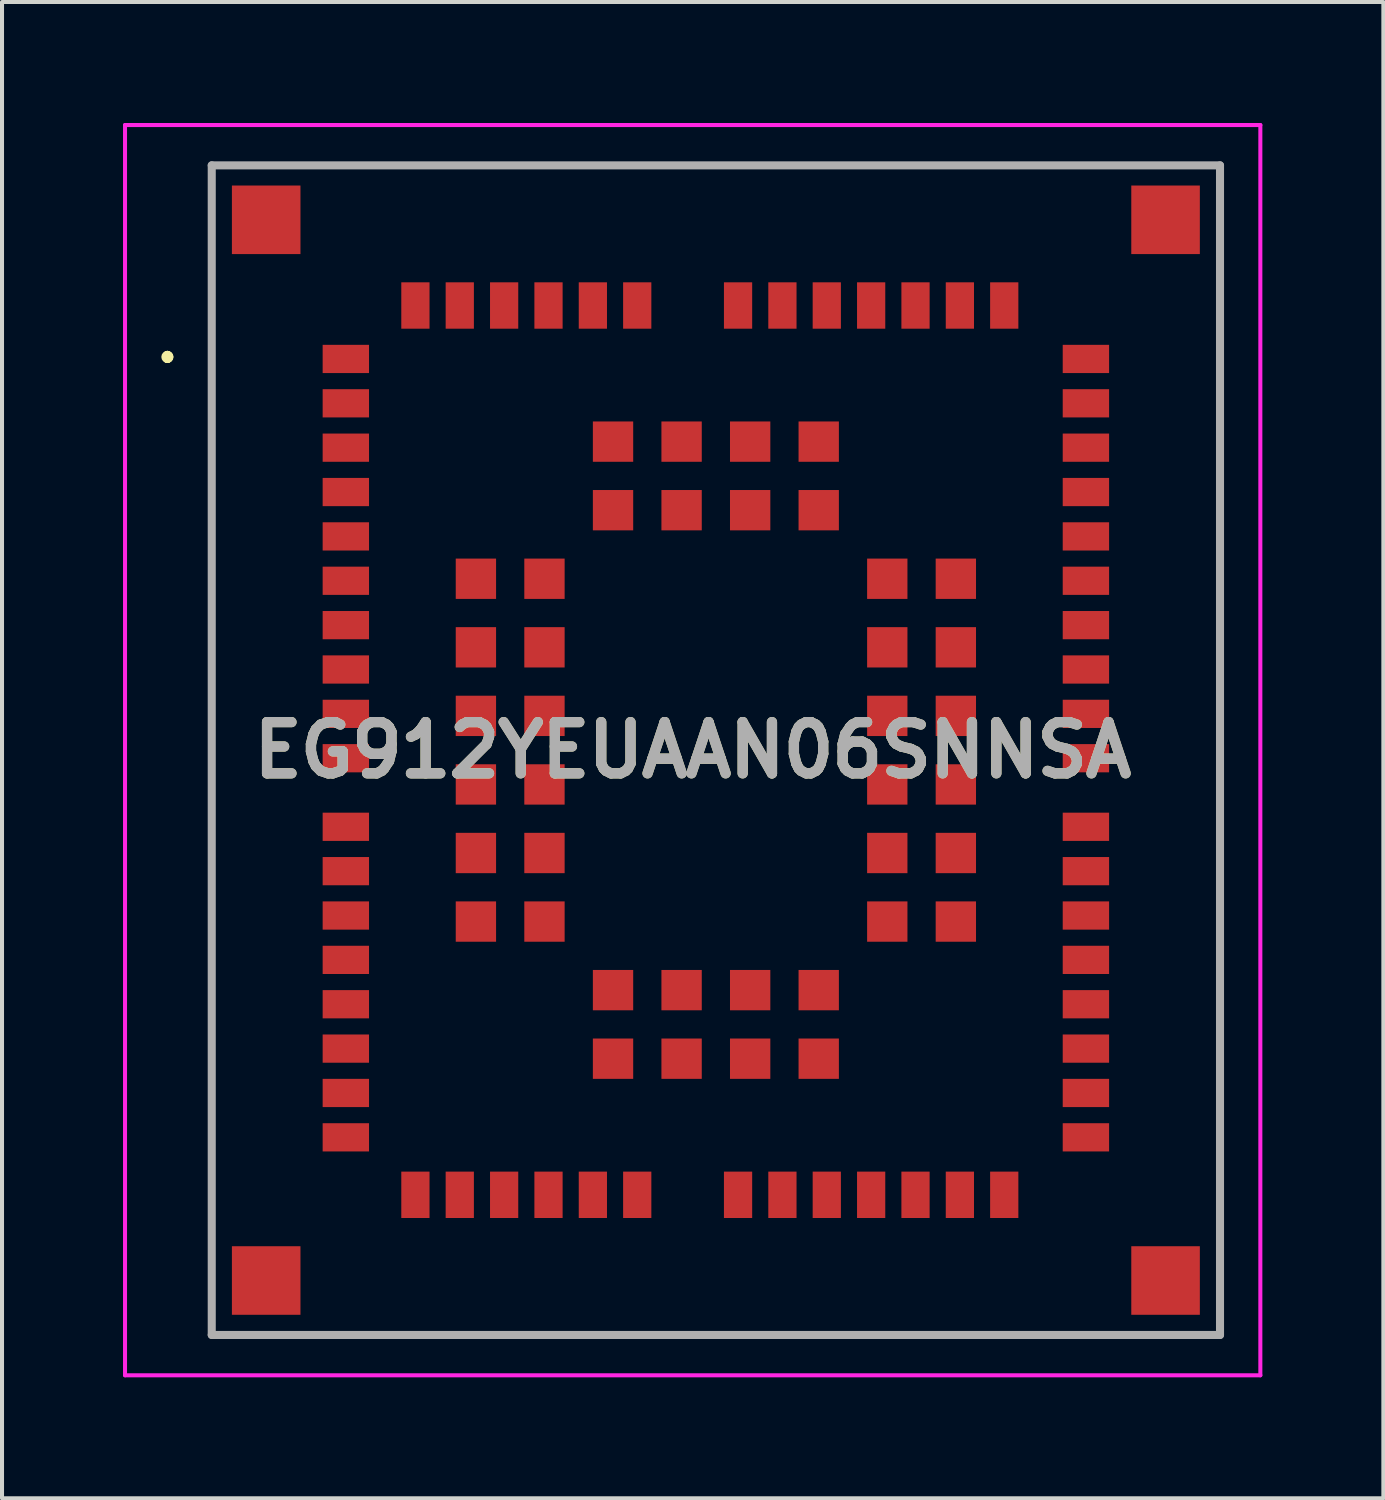
<source format=kicad_pcb>
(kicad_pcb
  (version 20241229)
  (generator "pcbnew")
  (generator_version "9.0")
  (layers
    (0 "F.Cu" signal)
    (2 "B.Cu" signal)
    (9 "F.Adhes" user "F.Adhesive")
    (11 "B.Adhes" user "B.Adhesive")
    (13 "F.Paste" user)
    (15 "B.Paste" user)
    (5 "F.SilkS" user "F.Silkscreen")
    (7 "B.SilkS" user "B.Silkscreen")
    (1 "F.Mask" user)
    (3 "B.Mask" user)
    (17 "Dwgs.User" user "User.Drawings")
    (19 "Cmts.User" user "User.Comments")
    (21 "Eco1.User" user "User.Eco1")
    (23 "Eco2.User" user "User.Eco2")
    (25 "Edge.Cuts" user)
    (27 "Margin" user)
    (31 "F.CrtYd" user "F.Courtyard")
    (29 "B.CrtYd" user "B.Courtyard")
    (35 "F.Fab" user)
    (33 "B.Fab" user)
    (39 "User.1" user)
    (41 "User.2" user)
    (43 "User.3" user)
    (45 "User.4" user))
  (footprint "EG912YEUAAN06SNNSA"
    (layer "F.Cu")
    (at 14.7 15.55)
    (property "Reference" "EG912YEUAAN06SNNSA" (at -0.575 0 0) (layer "F.SilkS") (effects (font (size 1.27 1.27) (thickness 0.254))))
    (attr smd)
    (fp_line (start -13.6 -9.8) (end -13.6 -9.8) (stroke (width 0.2) (type solid)) (layer "F.SilkS"))
    (fp_line (start -13.6 -9.7) (end -13.6 -9.7) (stroke (width 0.2) (type solid)) (layer "F.SilkS"))
    (fp_line (start -13.6 -9.7) (end -13.6 -9.7) (stroke (width 0.2) (type solid)) (layer "F.SilkS"))
    (fp_line (start -12.5 -14.5) (end -12.5 14.5) (stroke (width 0.1) (type solid)) (layer "F.SilkS"))
    (fp_line (start -12.5 14.5) (end 12.5 14.5) (stroke (width 0.1) (type solid)) (layer "F.SilkS"))
    (fp_line (start 12.5 -14.5) (end -12.5 -14.5) (stroke (width 0.1) (type solid)) (layer "F.SilkS"))
    (fp_line (start 12.5 14.5) (end 12.5 -14.5) (stroke (width 0.1) (type solid)) (layer "F.SilkS"))
    (fp_arc (start -13.6 -9.8) (mid -13.55 -9.75) (end -13.6 -9.7) (stroke (width 0.2) (type solid)) (layer "F.SilkS"))
    (fp_arc (start -13.6 -9.8) (mid -13.55 -9.75) (end -13.6 -9.7) (stroke (width 0.2) (type solid)) (layer "F.SilkS"))
    (fp_arc (start -13.6 -9.7) (mid -13.65 -9.75) (end -13.6 -9.8) (stroke (width 0.2) (type solid)) (layer "F.SilkS"))
    (fp_line (start -14.65 -15.5) (end 13.5 -15.5) (stroke (width 0.1) (type solid)) (layer "F.CrtYd"))
    (fp_line (start -14.65 15.5) (end -14.65 -15.5) (stroke (width 0.1) (type solid)) (layer "F.CrtYd"))
    (fp_line (start 13.5 -15.5) (end 13.5 15.5) (stroke (width 0.1) (type solid)) (layer "F.CrtYd"))
    (fp_line (start 13.5 15.5) (end -14.65 15.5) (stroke (width 0.1) (type solid)) (layer "F.CrtYd"))
    (fp_line (start -12.5 -14.5) (end 12.5 -14.5) (stroke (width 0.2) (type solid)) (layer "F.Fab"))
    (fp_line (start -12.5 14.5) (end -12.5 -14.5) (stroke (width 0.2) (type solid)) (layer "F.Fab"))
    (fp_line (start 12.5 -14.5) (end 12.5 14.5) (stroke (width 0.2) (type solid)) (layer "F.Fab"))
    (fp_line (start 12.5 14.5) (end -12.5 14.5) (stroke (width 0.2) (type solid)) (layer "F.Fab"))
    (fp_text user "${REFERENCE}" (at -0.575 0 0) (layer "F.Fab") (effects (font (size 1.27 1.27) (thickness 0.254))))
    (pad "1" smd rect (at -9.175 -9.7 90) (size 0.7 1.15) (layers "F.Cu" "F.Mask" "F.Paste"))
    (pad "2" smd rect (at -9.175 -8.6 90) (size 0.7 1.15) (layers "F.Cu" "F.Mask" "F.Paste"))
    (pad "3" smd rect (at -9.175 -7.5 90) (size 0.7 1.15) (layers "F.Cu" "F.Mask" "F.Paste"))
    (pad "4" smd rect (at -9.175 -6.4 90) (size 0.7 1.15) (layers "F.Cu" "F.Mask" "F.Paste"))
    (pad "5" smd rect (at -9.175 -5.3 90) (size 0.7 1.15) (layers "F.Cu" "F.Mask" "F.Paste"))
    (pad "6" smd rect (at -9.175 -4.2 90) (size 0.7 1.15) (layers "F.Cu" "F.Mask" "F.Paste"))
    (pad "7" smd rect (at -9.175 -3.1 90) (size 0.7 1.15) (layers "F.Cu" "F.Mask" "F.Paste"))
    (pad "8" smd rect (at -9.175 -2 90) (size 0.7 1.15) (layers "F.Cu" "F.Mask" "F.Paste"))
    (pad "9" smd rect (at -9.175 -0.9 90) (size 0.7 1.15) (layers "F.Cu" "F.Mask" "F.Paste"))
    (pad "10" smd rect (at -9.175 0.2 90) (size 0.7 1.15) (layers "F.Cu" "F.Mask" "F.Paste"))
    (pad "11" smd rect (at -9.175 1.9 90) (size 0.7 1.15) (layers "F.Cu" "F.Mask" "F.Paste"))
    (pad "12" smd rect (at -9.175 3 90) (size 0.7 1.15) (layers "F.Cu" "F.Mask" "F.Paste"))
    (pad "13" smd rect (at -9.175 4.1 90) (size 0.7 1.15) (layers "F.Cu" "F.Mask" "F.Paste"))
    (pad "14" smd rect (at -9.175 5.2 90) (size 0.7 1.15) (layers "F.Cu" "F.Mask" "F.Paste"))
    (pad "15" smd rect (at -9.175 6.3 90) (size 0.7 1.15) (layers "F.Cu" "F.Mask" "F.Paste"))
    (pad "16" smd rect (at -9.175 7.4 90) (size 0.7 1.15) (layers "F.Cu" "F.Mask" "F.Paste"))
    (pad "17" smd rect (at -9.175 8.5 90) (size 0.7 1.15) (layers "F.Cu" "F.Mask" "F.Paste"))
    (pad "18" smd rect (at -9.175 9.6 90) (size 0.7 1.15) (layers "F.Cu" "F.Mask" "F.Paste"))
    (pad "19" smd rect (at -7.45 11.025) (size 0.7 1.15) (layers "F.Cu" "F.Mask" "F.Paste"))
    (pad "20" smd rect (at -6.35 11.025) (size 0.7 1.15) (layers "F.Cu" "F.Mask" "F.Paste"))
    (pad "21" smd rect (at -5.25 11.025) (size 0.7 1.15) (layers "F.Cu" "F.Mask" "F.Paste"))
    (pad "22" smd rect (at -4.15 11.025) (size 0.7 1.15) (layers "F.Cu" "F.Mask" "F.Paste"))
    (pad "23" smd rect (at -3.05 11.025) (size 0.7 1.15) (layers "F.Cu" "F.Mask" "F.Paste"))
    (pad "24" smd rect (at -1.95 11.025) (size 0.7 1.15) (layers "F.Cu" "F.Mask" "F.Paste"))
    (pad "25" smd rect (at 0.55 11.025) (size 0.7 1.15) (layers "F.Cu" "F.Mask" "F.Paste"))
    (pad "26" smd rect (at 1.65 11.025) (size 0.7 1.15) (layers "F.Cu" "F.Mask" "F.Paste"))
    (pad "27" smd rect (at 2.75 11.025) (size 0.7 1.15) (layers "F.Cu" "F.Mask" "F.Paste"))
    (pad "28" smd rect (at 3.85 11.025) (size 0.7 1.15) (layers "F.Cu" "F.Mask" "F.Paste"))
    (pad "29" smd rect (at 4.95 11.025) (size 0.7 1.15) (layers "F.Cu" "F.Mask" "F.Paste"))
    (pad "30" smd rect (at 6.05 11.025) (size 0.7 1.15) (layers "F.Cu" "F.Mask" "F.Paste"))
    (pad "31" smd rect (at 7.15 11.025) (size 0.7 1.15) (layers "F.Cu" "F.Mask" "F.Paste"))
    (pad "32" smd rect (at 9.175 9.6 90) (size 0.7 1.15) (layers "F.Cu" "F.Mask" "F.Paste"))
    (pad "33" smd rect (at 9.175 8.5 90) (size 0.7 1.15) (layers "F.Cu" "F.Mask" "F.Paste"))
    (pad "34" smd rect (at 9.175 7.4 90) (size 0.7 1.15) (layers "F.Cu" "F.Mask" "F.Paste"))
    (pad "35" smd rect (at 9.175 6.3 90) (size 0.7 1.15) (layers "F.Cu" "F.Mask" "F.Paste"))
    (pad "36" smd rect (at 9.175 5.2 90) (size 0.7 1.15) (layers "F.Cu" "F.Mask" "F.Paste"))
    (pad "37" smd rect (at 9.175 4.1 90) (size 0.7 1.15) (layers "F.Cu" "F.Mask" "F.Paste"))
    (pad "38" smd rect (at 9.175 3 90) (size 0.7 1.15) (layers "F.Cu" "F.Mask" "F.Paste"))
    (pad "39" smd rect (at 9.175 1.9 90) (size 0.7 1.15) (layers "F.Cu" "F.Mask" "F.Paste"))
    (pad "40" smd rect (at 9.175 0.2 90) (size 0.7 1.15) (layers "F.Cu" "F.Mask" "F.Paste"))
    (pad "41" smd rect (at 9.175 -0.9 90) (size 0.7 1.15) (layers "F.Cu" "F.Mask" "F.Paste"))
    (pad "42" smd rect (at 9.175 -2 90) (size 0.7 1.15) (layers "F.Cu" "F.Mask" "F.Paste"))
    (pad "43" smd rect (at 9.175 -3.1 90) (size 0.7 1.15) (layers "F.Cu" "F.Mask" "F.Paste"))
    (pad "44" smd rect (at 9.175 -4.2 90) (size 0.7 1.15) (layers "F.Cu" "F.Mask" "F.Paste"))
    (pad "45" smd rect (at 9.175 -5.3 90) (size 0.7 1.15) (layers "F.Cu" "F.Mask" "F.Paste"))
    (pad "46" smd rect (at 9.175 -6.4 90) (size 0.7 1.15) (layers "F.Cu" "F.Mask" "F.Paste"))
    (pad "47" smd rect (at 9.175 -7.5 90) (size 0.7 1.15) (layers "F.Cu" "F.Mask" "F.Paste"))
    (pad "48" smd rect (at 9.175 -8.6 90) (size 0.7 1.15) (layers "F.Cu" "F.Mask" "F.Paste"))
    (pad "49" smd rect (at 9.175 -9.7 90) (size 0.7 1.15) (layers "F.Cu" "F.Mask" "F.Paste"))
    (pad "50" smd rect (at 7.15 -11.025) (size 0.7 1.15) (layers "F.Cu" "F.Mask" "F.Paste"))
    (pad "51" smd rect (at 6.05 -11.025) (size 0.7 1.15) (layers "F.Cu" "F.Mask" "F.Paste"))
    (pad "52" smd rect (at 4.95 -11.025) (size 0.7 1.15) (layers "F.Cu" "F.Mask" "F.Paste"))
    (pad "53" smd rect (at 3.85 -11.025) (size 0.7 1.15) (layers "F.Cu" "F.Mask" "F.Paste"))
    (pad "54" smd rect (at 2.75 -11.025) (size 0.7 1.15) (layers "F.Cu" "F.Mask" "F.Paste"))
    (pad "55" smd rect (at 1.65 -11.025) (size 0.7 1.15) (layers "F.Cu" "F.Mask" "F.Paste"))
    (pad "56" smd rect (at 0.55 -11.025) (size 0.7 1.15) (layers "F.Cu" "F.Mask" "F.Paste"))
    (pad "57" smd rect (at -1.95 -11.025) (size 0.7 1.15) (layers "F.Cu" "F.Mask" "F.Paste"))
    (pad "58" smd rect (at -3.05 -11.025) (size 0.7 1.15) (layers "F.Cu" "F.Mask" "F.Paste"))
    (pad "59" smd rect (at -4.15 -11.025) (size 0.7 1.15) (layers "F.Cu" "F.Mask" "F.Paste"))
    (pad "60" smd rect (at -5.25 -11.025) (size 0.7 1.15) (layers "F.Cu" "F.Mask" "F.Paste"))
    (pad "61" smd rect (at -6.35 -11.025) (size 0.7 1.15) (layers "F.Cu" "F.Mask" "F.Paste"))
    (pad "62" smd rect (at -7.45 -11.025) (size 0.7 1.15) (layers "F.Cu" "F.Mask" "F.Paste"))
    (pad "63" smd rect (at -5.95 -4.25 90) (size 1 1) (layers "F.Cu" "F.Mask" "F.Paste"))
    (pad "64" smd rect (at -5.95 -2.55 90) (size 1 1) (layers "F.Cu" "F.Mask" "F.Paste"))
    (pad "65" smd rect (at -5.95 -0.85 90) (size 1 1) (layers "F.Cu" "F.Mask" "F.Paste"))
    (pad "66" smd rect (at -5.95 0.85 90) (size 1 1) (layers "F.Cu" "F.Mask" "F.Paste"))
    (pad "67" smd rect (at -5.95 2.55 90) (size 1 1) (layers "F.Cu" "F.Mask" "F.Paste"))
    (pad "68" smd rect (at -5.95 4.25 90) (size 1 1) (layers "F.Cu" "F.Mask" "F.Paste"))
    (pad "69" smd rect (at -2.55 7.65 90) (size 1 1) (layers "F.Cu" "F.Mask" "F.Paste"))
    (pad "70" smd rect (at -0.85 7.65 90) (size 1 1) (layers "F.Cu" "F.Mask" "F.Paste"))
    (pad "71" smd rect (at 0.85 7.65 90) (size 1 1) (layers "F.Cu" "F.Mask" "F.Paste"))
    (pad "72" smd rect (at 2.55 7.65 90) (size 1 1) (layers "F.Cu" "F.Mask" "F.Paste"))
    (pad "73" smd rect (at 5.95 4.25 90) (size 1 1) (layers "F.Cu" "F.Mask" "F.Paste"))
    (pad "74" smd rect (at 5.95 2.55 90) (size 1 1) (layers "F.Cu" "F.Mask" "F.Paste"))
    (pad "75" smd rect (at 5.95 0.85 90) (size 1 1) (layers "F.Cu" "F.Mask" "F.Paste"))
    (pad "76" smd rect (at 5.95 -0.85 90) (size 1 1) (layers "F.Cu" "F.Mask" "F.Paste"))
    (pad "77" smd rect (at 5.95 -2.55 90) (size 1 1) (layers "F.Cu" "F.Mask" "F.Paste"))
    (pad "78" smd rect (at 5.95 -4.25 90) (size 1 1) (layers "F.Cu" "F.Mask" "F.Paste"))
    (pad "79" smd rect (at 2.55 -7.65 90) (size 1 1) (layers "F.Cu" "F.Mask" "F.Paste"))
    (pad "80" smd rect (at 0.85 -7.65 90) (size 1 1) (layers "F.Cu" "F.Mask" "F.Paste"))
    (pad "81" smd rect (at -0.85 -7.65 90) (size 1 1) (layers "F.Cu" "F.Mask" "F.Paste"))
    (pad "82" smd rect (at -2.55 -7.65 90) (size 1 1) (layers "F.Cu" "F.Mask" "F.Paste"))
    (pad "83" smd rect (at -4.25 -4.25 90) (size 1 1) (layers "F.Cu" "F.Mask" "F.Paste"))
    (pad "84" smd rect (at -4.25 -2.55 90) (size 1 1) (layers "F.Cu" "F.Mask" "F.Paste"))
    (pad "85" smd rect (at -4.25 -0.85 90) (size 1 1) (layers "F.Cu" "F.Mask" "F.Paste"))
    (pad "86" smd rect (at -4.25 0.85 90) (size 1 1) (layers "F.Cu" "F.Mask" "F.Paste"))
    (pad "87" smd rect (at -4.25 2.55 90) (size 1 1) (layers "F.Cu" "F.Mask" "F.Paste"))
    (pad "88" smd rect (at -4.25 4.25 90) (size 1 1) (layers "F.Cu" "F.Mask" "F.Paste"))
    (pad "89" smd rect (at -2.55 5.95 90) (size 1 1) (layers "F.Cu" "F.Mask" "F.Paste"))
    (pad "90" smd rect (at -0.85 5.95 90) (size 1 1) (layers "F.Cu" "F.Mask" "F.Paste"))
    (pad "91" smd rect (at 0.85 5.95 90) (size 1 1) (layers "F.Cu" "F.Mask" "F.Paste"))
    (pad "92" smd rect (at 2.55 5.95 90) (size 1 1) (layers "F.Cu" "F.Mask" "F.Paste"))
    (pad "93" smd rect (at 4.25 4.25 90) (size 1 1) (layers "F.Cu" "F.Mask" "F.Paste"))
    (pad "94" smd rect (at 4.25 2.55 90) (size 1 1) (layers "F.Cu" "F.Mask" "F.Paste"))
    (pad "95" smd rect (at 4.25 0.85 90) (size 1 1) (layers "F.Cu" "F.Mask" "F.Paste"))
    (pad "96" smd rect (at 4.25 -0.85 90) (size 1 1) (layers "F.Cu" "F.Mask" "F.Paste"))
    (pad "97" smd rect (at 4.25 -2.55 90) (size 1 1) (layers "F.Cu" "F.Mask" "F.Paste"))
    (pad "98" smd rect (at 4.25 -4.25 90) (size 1 1) (layers "F.Cu" "F.Mask" "F.Paste"))
    (pad "99" smd rect (at 2.55 -5.95 90) (size 1 1) (layers "F.Cu" "F.Mask" "F.Paste"))
    (pad "100" smd rect (at 0.85 -5.95 90) (size 1 1) (layers "F.Cu" "F.Mask" "F.Paste"))
    (pad "101" smd rect (at -0.85 -5.95 90) (size 1 1) (layers "F.Cu" "F.Mask" "F.Paste"))
    (pad "102" smd rect (at -2.55 -5.95 90) (size 1 1) (layers "F.Cu" "F.Mask" "F.Paste"))
    (pad "103" smd rect (at -11.15 -13.15 90) (size 1.7 1.7) (layers "F.Cu" "F.Mask" "F.Paste"))
    (pad "104" smd rect (at -11.15 13.15 90) (size 1.7 1.7) (layers "F.Cu" "F.Mask" "F.Paste"))
    (pad "105" smd rect (at 11.15 13.15 90) (size 1.7 1.7) (layers "F.Cu" "F.Mask" "F.Paste"))
    (pad "106" smd rect (at 11.15 -13.15 90) (size 1.7 1.7) (layers "F.Cu" "F.Mask" "F.Paste")))
  (gr_rect
    (start -3 -3)
    (end 31.25 34.1)
    (stroke (width 0.1) (type default))
    (fill no)
    (layer "Edge.Cuts")))
</source>
